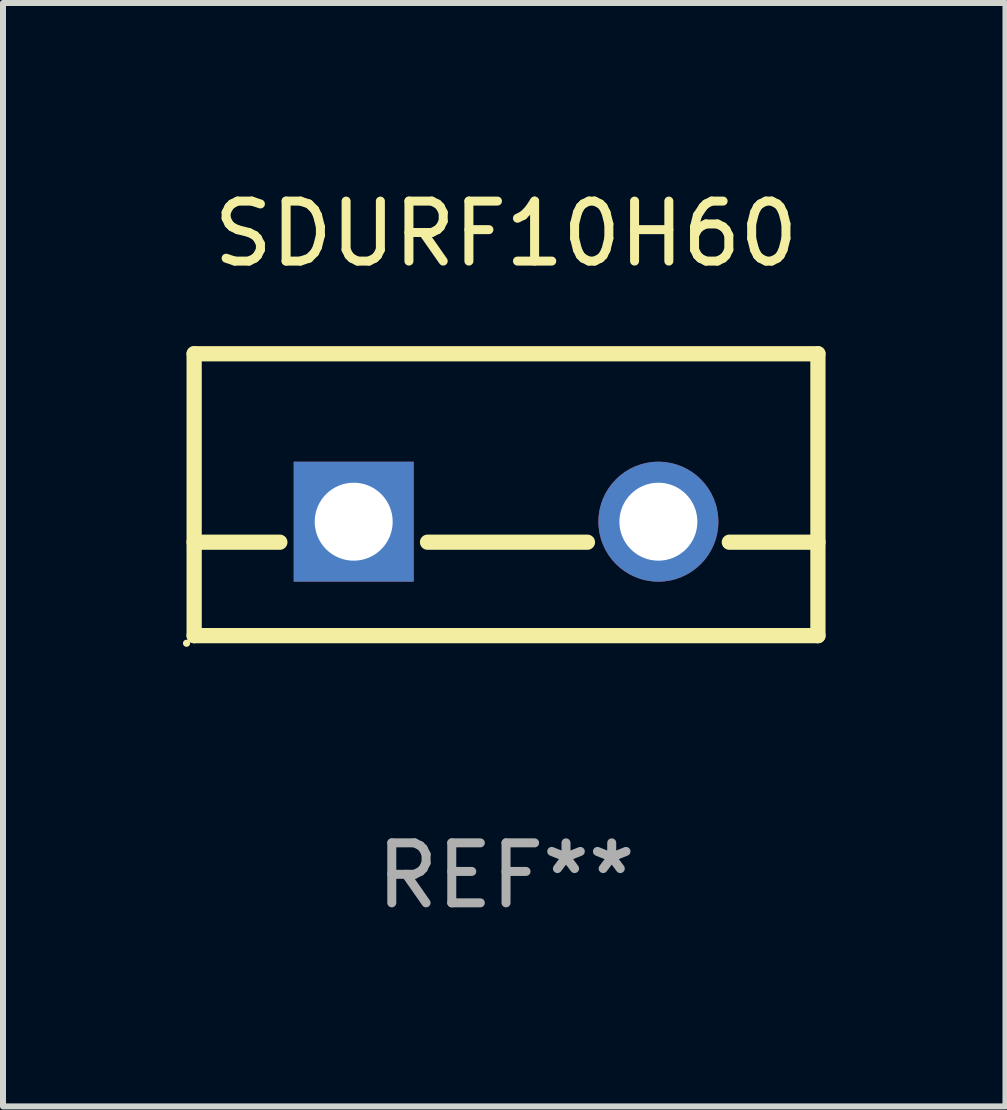
<source format=kicad_pcb>
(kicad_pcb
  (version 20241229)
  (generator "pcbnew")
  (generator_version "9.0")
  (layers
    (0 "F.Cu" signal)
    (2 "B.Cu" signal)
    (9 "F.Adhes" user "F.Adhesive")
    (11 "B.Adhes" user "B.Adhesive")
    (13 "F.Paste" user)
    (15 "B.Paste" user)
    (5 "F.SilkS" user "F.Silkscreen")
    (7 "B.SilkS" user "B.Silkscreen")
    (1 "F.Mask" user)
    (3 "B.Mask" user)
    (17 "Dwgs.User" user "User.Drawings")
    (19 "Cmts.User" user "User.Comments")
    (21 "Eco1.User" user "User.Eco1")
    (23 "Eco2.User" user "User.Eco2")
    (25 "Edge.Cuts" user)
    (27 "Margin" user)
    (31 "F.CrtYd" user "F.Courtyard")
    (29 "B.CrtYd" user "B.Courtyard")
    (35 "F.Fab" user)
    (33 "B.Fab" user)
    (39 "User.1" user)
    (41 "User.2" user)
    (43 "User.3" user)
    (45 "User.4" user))
  (footprint "SDURF10H60"
    (layer "F.Cu")
    (at 5.387 5.198)
    (property "Reference" "SDURF10H60" (at 0 -4.35 0) (layer "F.SilkS") (effects (font (size 1 1) (thickness 0.15))))
    (attr through_hole)
    (fp_line (start -5.2 -2.35) (end -5.2 2.35) (stroke (width 0.254) (type solid)) (layer "F.SilkS"))
    (fp_line (start -5.2 -2.35) (end 5.2 -2.35) (stroke (width 0.254) (type solid)) (layer "F.SilkS"))
    (fp_line (start -5.2 0.792) (end -3.771 0.792) (stroke (width 0.254) (type solid)) (layer "F.SilkS"))
    (fp_line (start -5.2 2.35) (end 5.2 2.35) (stroke (width 0.254) (type solid)) (layer "F.SilkS"))
    (fp_line (start -1.309 0.792) (end 1.357 0.792) (stroke (width 0.254) (type solid)) (layer "F.SilkS"))
    (fp_line (start 3.723 0.792) (end 5.2 0.792) (stroke (width 0.254) (type solid)) (layer "F.SilkS"))
    (fp_line (start 5.2 -2.35) (end 5.2 2.35) (stroke (width 0.254) (type solid)) (layer "F.SilkS"))
    (fp_circle (center -5.327 2.477) (end -5.297 2.477) (stroke (width 0.06) (type solid)) (fill no) (layer "F.SilkS"))
    (fp_text user "REF**" (at 0 6.35 0) (layer "F.Fab") (effects (font (size 1 1) (thickness 0.15))))
    (pad "1" thru_hole rect (at -2.54 0.45) (size 2 2) (drill 1.3) (layers "*.Cu" "*.Mask"))
    (pad "2" thru_hole circle (at 2.54 0.45) (size 2 2) (drill 1.3) (layers "*.Cu" "*.Mask")))
  (gr_rect
    (start -3 -3)
    (end 13.714 15.397)
    (stroke (width 0.1) (type default))
    (fill no)
    (layer "Edge.Cuts")))
</source>
